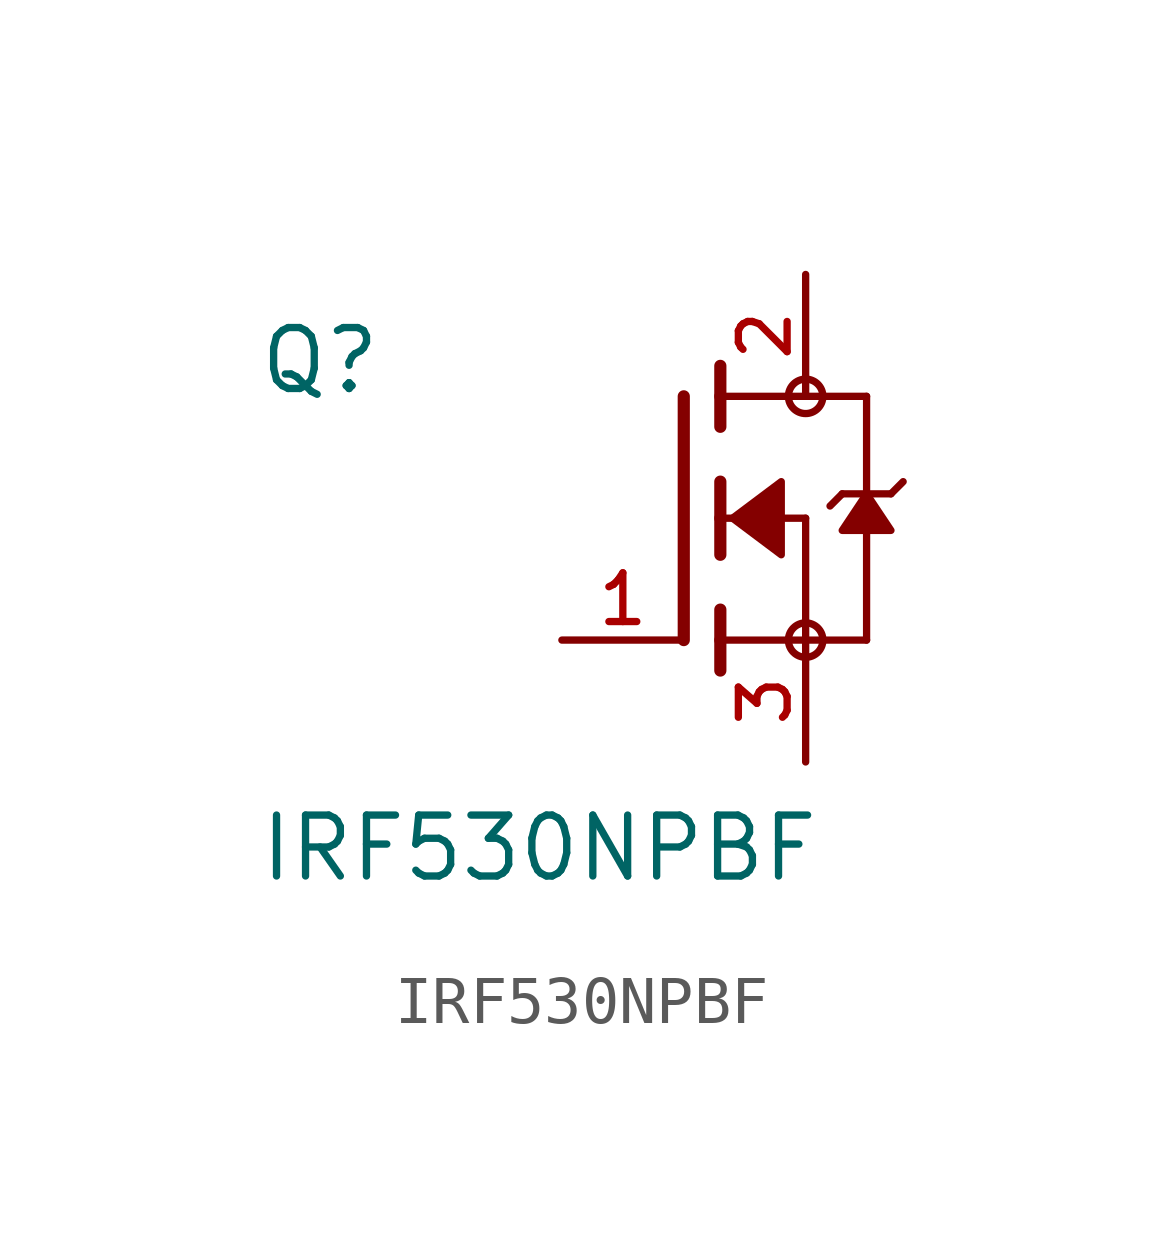
<source format=kicad_sym>
(kicad_symbol_lib
  (version 20211014)
  (generator kicad_symbol_editor)
  (symbol "IRF530NPBF"
    (pin_names
      (offset 1.016))
    (property "Reference" "Q"
      (at -8.89 2.54 0)
      (effects (font (size 1.27 1.27)) (justify bottom left)))
    (property "Value" "IRF530NPBF"
      (at -8.89 -7.62 0)
      (effects (font (size 1.27 1.27)) (justify bottom left)))
    (symbol "IRF530NPBF_0_0"
      (polyline (pts (xy 0.762 0.762) (xy 0.762 0.0)) (stroke (width 0.254)))
      (polyline (pts (xy 0.762 0.0) (xy 0.762 -0.762)) (stroke (width 0.254)))
      (polyline (pts (xy 0.762 3.175) (xy 0.762 2.54)) (stroke (width 0.254)))
      (polyline (pts (xy 0.762 2.54) (xy 0.762 1.905)) (stroke (width 0.254)))
      (polyline (pts (xy 0.762 0.0) (xy 2.54 0.0)) (stroke (width 0.152)))
      (polyline (pts (xy 2.54 0.0) (xy 2.54 -2.54)) (stroke (width 0.152)))
      (polyline (pts (xy 0.762 -1.905) (xy 0.762 -2.54)) (stroke (width 0.254)))
      (polyline (pts (xy 0.762 -2.54) (xy 0.762 -3.175)) (stroke (width 0.254)))
      (polyline (pts (xy 0.0 2.54) (xy 0.0 -2.54)) (stroke (width 0.254)))
      (polyline (pts (xy 2.54 -2.54) (xy 0.762 -2.54)) (stroke (width 0.152)))
      (polyline (pts (xy 3.81 2.54) (xy 3.81 0.508)) (stroke (width 0.152)))
      (polyline (pts (xy 3.81 0.508) (xy 3.81 -2.54)) (stroke (width 0.152)))
      (polyline (pts (xy 2.54 -2.54) (xy 3.81 -2.54)) (stroke (width 0.152)))
      (polyline (pts (xy 0.762 2.54) (xy 3.81 2.54)) (stroke (width 0.152)))
      (polyline (pts (xy 4.572 0.762) (xy 4.318 0.508)) (stroke (width 0.152)))
      (polyline (pts (xy 4.318 0.508) (xy 3.81 0.508)) (stroke (width 0.152)))
      (polyline (pts (xy 3.81 0.508) (xy 3.302 0.508)) (stroke (width 0.152)))
      (polyline (pts (xy 3.302 0.508) (xy 3.048 0.254)) (stroke (width 0.152)))
      (circle (center 2.54 -2.54) (radius 0.359) (stroke (width 0.0)) (fill (type none)))
      (circle (center 2.54 2.54) (radius 0.359) (stroke (width 0.0)) (fill (type none)))
      (polyline (pts (xy 3.81 0.508) (xy 3.302 -0.254) (xy 4.318 -0.254) (xy 3.81 0.508)) (stroke (width 0.152)) (fill (type outline)))
      (polyline (pts (xy 1.016 0.0) (xy 2.032 0.762) (xy 2.032 -0.762) (xy 1.016 0.0)) (stroke (width 0.152)) (fill (type outline)))
      (pin passive line (at 2.54 -5.08 90.0) (length 2.54) (name "~" (effects (font (size 1.016 1.016)))) (number "3" (effects (font (size 1.016 1.016)))))
      (pin passive line (at -2.54 -2.54 0) (length 2.54) (name "~" (effects (font (size 1.016 1.016)))) (number "1" (effects (font (size 1.016 1.016)))))
      (pin passive line (at 2.54 5.08 270.0) (length 2.54) (name "~" (effects (font (size 1.016 1.016)))) (number "2" (effects (font (size 1.016 1.016))))))))
</source>
